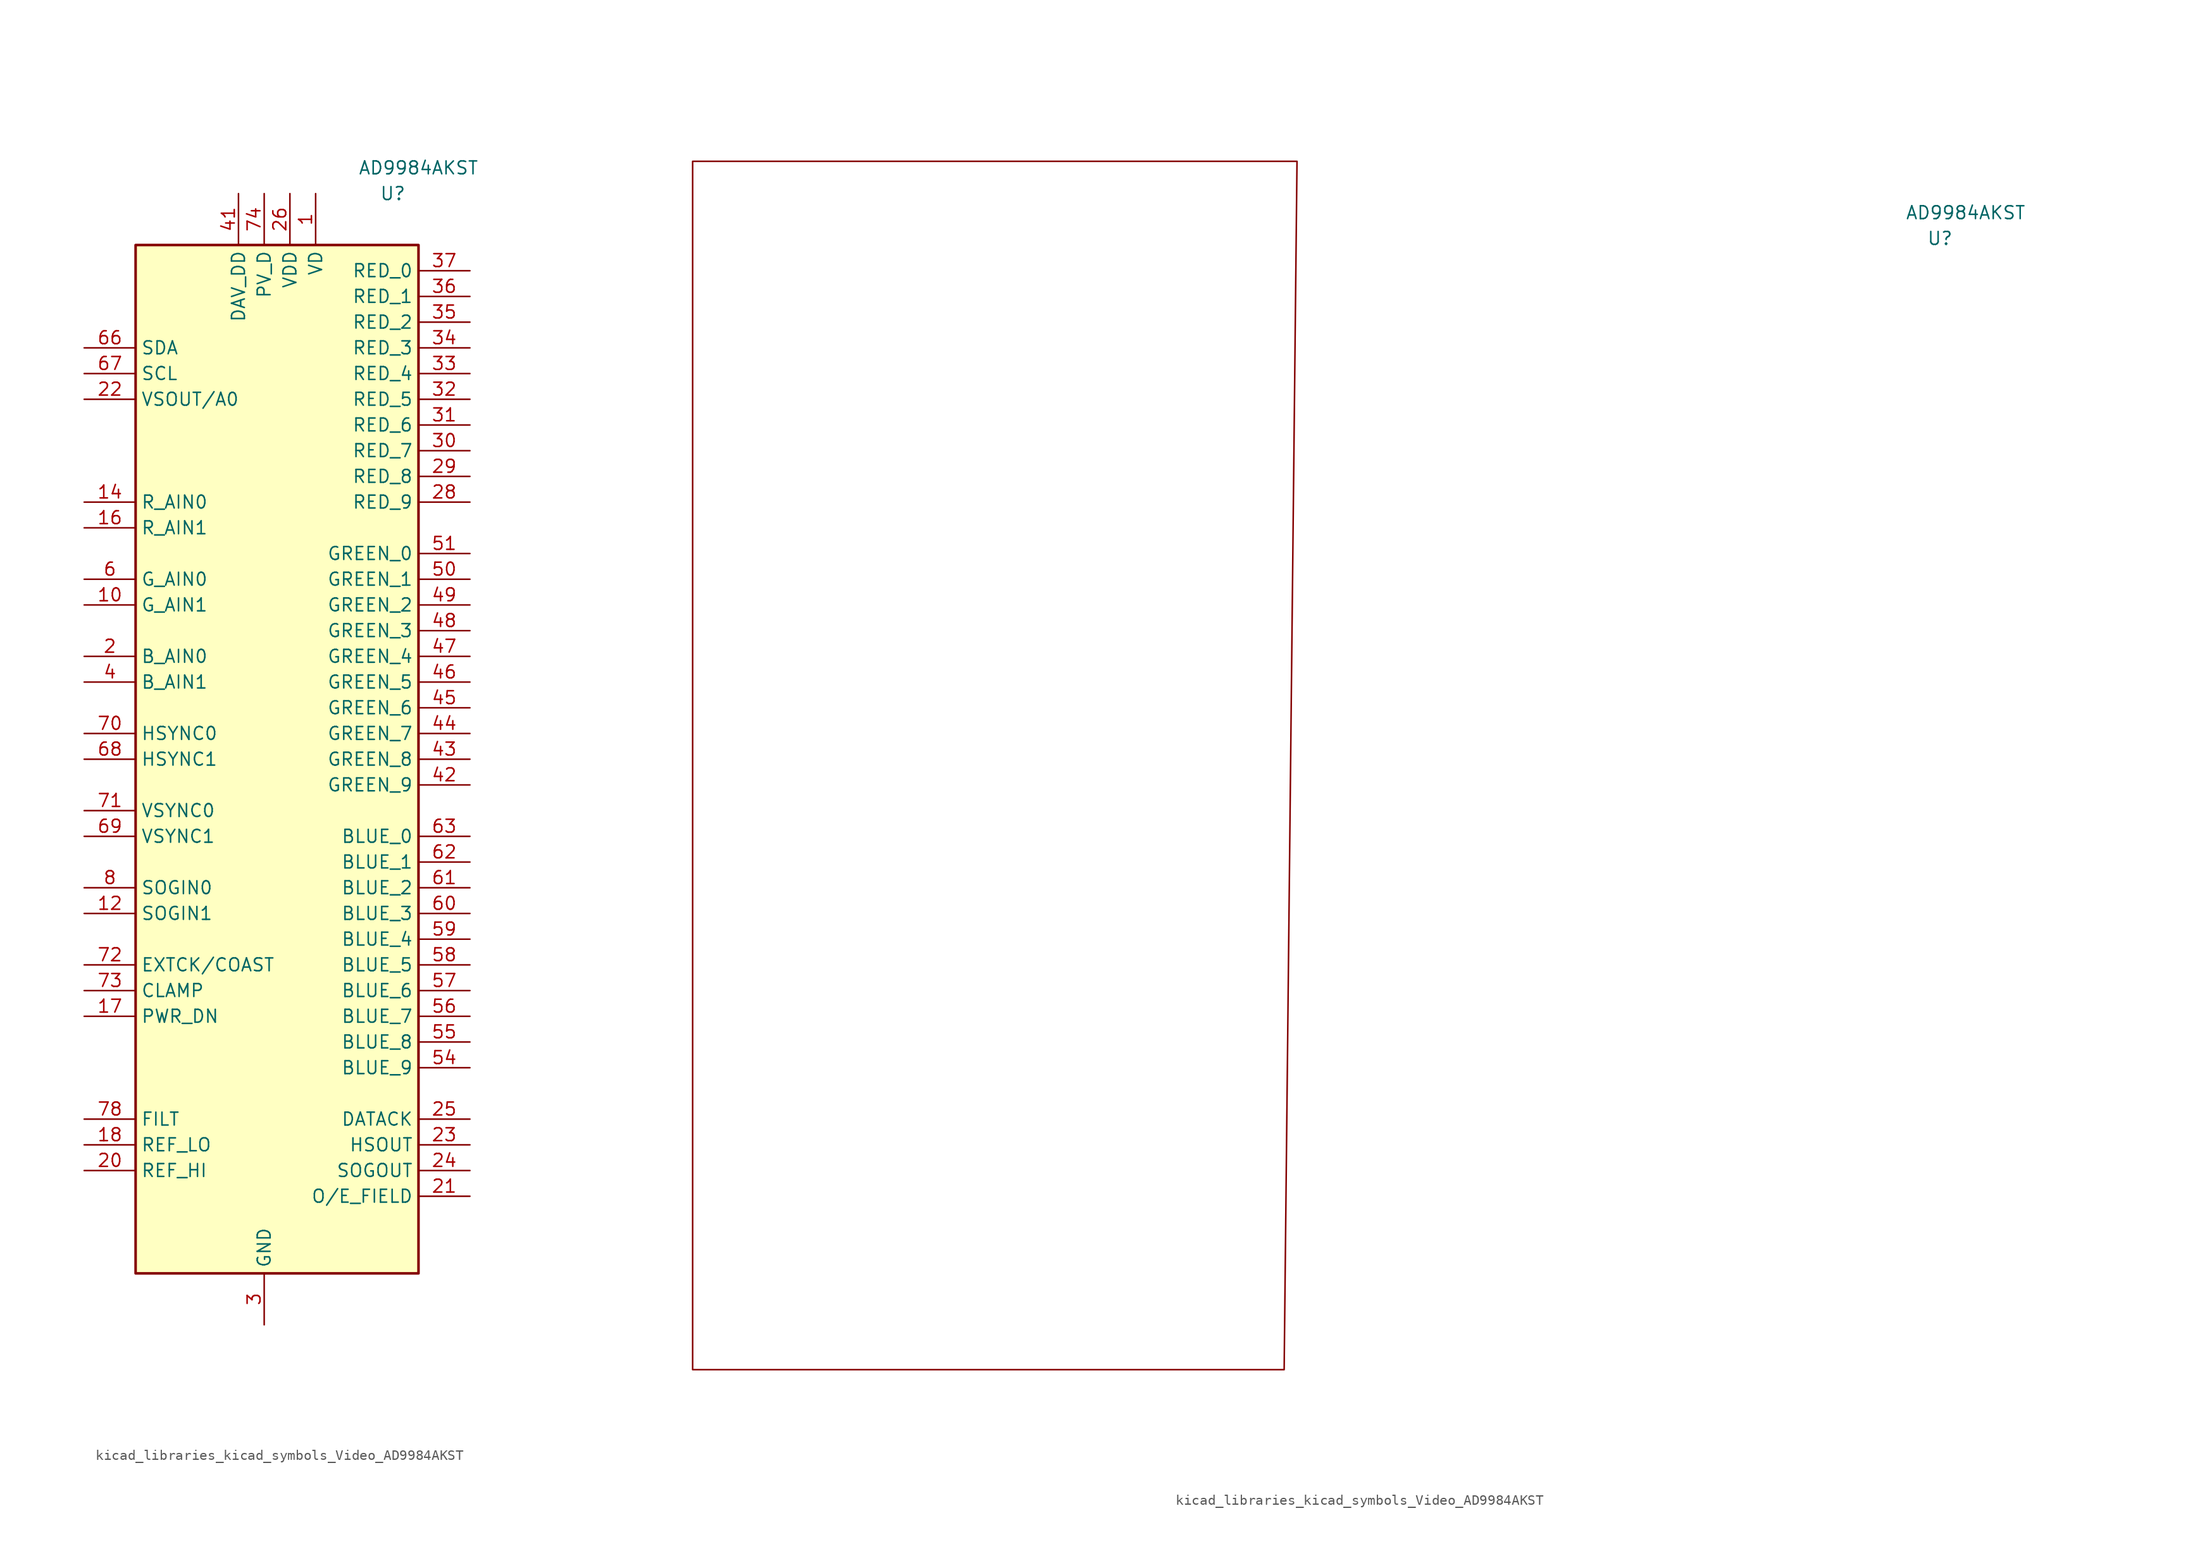
<source format=kicad_sym>
(kicad_symbol_lib
  (version 20220914)
  (generator kicad_symbol_editor)
  (symbol "kicad_libraries_kicad_symbols_Video_AD9984AKST"
    (property "Reference" "U"
      (at 10.16 55.88 0)
      (effects (font (size 1.27 1.27))))
    (property "Value" "AD9984AKST"
      (at 12.7 58.42 0)
      (effects (font (size 1.27 1.27))))
    (symbol "kicad_libraries_kicad_symbols_Video_AD9984AKST_0_1"
      (rectangle (start 12.7 50.8) (end -15.24 -50.8) (stroke (width 0.254) (type default)) (fill (type background))))
    (symbol "kicad_libraries_kicad_symbols_Video_AD9984AKST_0_2"
      (polyline (pts (xy -113.03 -55.88) (xy -54.61 -55.88) (xy -53.34 63.5) (xy -113.03 63.5) (xy -113.03 -55.88)) (stroke (width 0) (type default)) (fill (type none))))
    (symbol "kicad_libraries_kicad_symbols_Video_AD9984AKST_1_1"
      (pin power_in line (at 2.54 55.88 270) (length 5.08) (name "VD" (effects (font (size 1.27 1.27)))) (number "1" (effects (font (size 1.27 1.27)))))
      (pin input line (at -20.32 15.24 0) (length 5.08) (name "G_AIN1" (effects (font (size 1.27 1.27)))) (number "10" (effects (font (size 1.27 1.27)))))
      (pin passive line (at -2.54 -55.88 90) (length 5.08) hide (name "GND" (effects (font (size 1.27 1.27)))) (number "11" (effects (font (size 1.27 1.27)))))
      (pin input line (at -20.32 -15.24 0) (length 5.08) (name "SOGIN1" (effects (font (size 1.27 1.27)))) (number "12" (effects (font (size 1.27 1.27)))))
      (pin passive line (at 2.54 55.88 270) (length 5.08) hide (name "VD" (effects (font (size 1.27 1.27)))) (number "13" (effects (font (size 1.27 1.27)))))
      (pin input line (at -20.32 25.4 0) (length 5.08) (name "R_AIN0" (effects (font (size 1.27 1.27)))) (number "14" (effects (font (size 1.27 1.27)))))
      (pin passive line (at -2.54 -55.88 90) (length 5.08) hide (name "GND" (effects (font (size 1.27 1.27)))) (number "15" (effects (font (size 1.27 1.27)))))
      (pin input line (at -20.32 22.86 0) (length 5.08) (name "R_AIN1" (effects (font (size 1.27 1.27)))) (number "16" (effects (font (size 1.27 1.27)))))
      (pin input line (at -20.32 -25.4 0) (length 5.08) (name "PWR_DN" (effects (font (size 1.27 1.27)))) (number "17" (effects (font (size 1.27 1.27)))))
      (pin input line (at -20.32 -38.1 0) (length 5.08) (name "REF_LO" (effects (font (size 1.27 1.27)))) (number "18" (effects (font (size 1.27 1.27)))))
      (pin no_connect line (at 12.7 -48.26 180) (length 5.08) hide (name "NC" (effects (font (size 1.27 1.27)))) (number "19" (effects (font (size 1.27 1.27)))))
      (pin input line (at -20.32 10.16 0) (length 5.08) (name "B_AIN0" (effects (font (size 1.27 1.27)))) (number "2" (effects (font (size 1.27 1.27)))))
      (pin input line (at -20.32 -40.64 0) (length 5.08) (name "REF_HI" (effects (font (size 1.27 1.27)))) (number "20" (effects (font (size 1.27 1.27)))))
      (pin output line (at 17.78 -43.18 180) (length 5.08) (name "O/E_FIELD" (effects (font (size 1.27 1.27)))) (number "21" (effects (font (size 1.27 1.27)))))
      (pin bidirectional line (at -20.32 35.56 0) (length 5.08) (name "VSOUT/A0" (effects (font (size 1.27 1.27)))) (number "22" (effects (font (size 1.27 1.27)))))
      (pin output line (at 17.78 -38.1 180) (length 5.08) (name "HSOUT" (effects (font (size 1.27 1.27)))) (number "23" (effects (font (size 1.27 1.27)))))
      (pin output line (at 17.78 -40.64 180) (length 5.08) (name "SOGOUT" (effects (font (size 1.27 1.27)))) (number "24" (effects (font (size 1.27 1.27)))))
      (pin output line (at 17.78 -35.56 180) (length 5.08) (name "DATACK" (effects (font (size 1.27 1.27)))) (number "25" (effects (font (size 1.27 1.27)))))
      (pin power_in line (at 0 55.88 270) (length 5.08) (name "VDD" (effects (font (size 1.27 1.27)))) (number "26" (effects (font (size 1.27 1.27)))))
      (pin passive line (at -2.54 -55.88 90) (length 5.08) hide (name "GND" (effects (font (size 1.27 1.27)))) (number "27" (effects (font (size 1.27 1.27)))))
      (pin output line (at 17.78 25.4 180) (length 5.08) (name "RED_9" (effects (font (size 1.27 1.27)))) (number "28" (effects (font (size 1.27 1.27)))))
      (pin output line (at 17.78 27.94 180) (length 5.08) (name "RED_8" (effects (font (size 1.27 1.27)))) (number "29" (effects (font (size 1.27 1.27)))))
      (pin power_in line (at -2.54 -55.88 90) (length 5.08) (name "GND" (effects (font (size 1.27 1.27)))) (number "3" (effects (font (size 1.27 1.27)))))
      (pin output line (at 17.78 30.48 180) (length 5.08) (name "RED_7" (effects (font (size 1.27 1.27)))) (number "30" (effects (font (size 1.27 1.27)))))
      (pin output line (at 17.78 33.02 180) (length 5.08) (name "RED_6" (effects (font (size 1.27 1.27)))) (number "31" (effects (font (size 1.27 1.27)))))
      (pin output line (at 17.78 35.56 180) (length 5.08) (name "RED_5" (effects (font (size 1.27 1.27)))) (number "32" (effects (font (size 1.27 1.27)))))
      (pin output line (at 17.78 38.1 180) (length 5.08) (name "RED_4" (effects (font (size 1.27 1.27)))) (number "33" (effects (font (size 1.27 1.27)))))
      (pin output line (at 17.78 40.64 180) (length 5.08) (name "RED_3" (effects (font (size 1.27 1.27)))) (number "34" (effects (font (size 1.27 1.27)))))
      (pin output line (at 17.78 43.18 180) (length 5.08) (name "RED_2" (effects (font (size 1.27 1.27)))) (number "35" (effects (font (size 1.27 1.27)))))
      (pin output line (at 17.78 45.72 180) (length 5.08) (name "RED_1" (effects (font (size 1.27 1.27)))) (number "36" (effects (font (size 1.27 1.27)))))
      (pin output line (at 17.78 48.26 180) (length 5.08) (name "RED_0" (effects (font (size 1.27 1.27)))) (number "37" (effects (font (size 1.27 1.27)))))
      (pin passive line (at 0 55.88 270) (length 5.08) hide (name "VDD" (effects (font (size 1.27 1.27)))) (number "38" (effects (font (size 1.27 1.27)))))
      (pin passive line (at -2.54 -55.88 90) (length 5.08) hide (name "GND" (effects (font (size 1.27 1.27)))) (number "39" (effects (font (size 1.27 1.27)))))
      (pin input line (at -20.32 7.62 0) (length 5.08) (name "B_AIN1" (effects (font (size 1.27 1.27)))) (number "4" (effects (font (size 1.27 1.27)))))
      (pin passive line (at -2.54 -55.88 90) (length 5.08) hide (name "GND" (effects (font (size 1.27 1.27)))) (number "40" (effects (font (size 1.27 1.27)))))
      (pin power_in line (at -5.08 55.88 270) (length 5.08) (name "DAV_DD" (effects (font (size 1.27 1.27)))) (number "41" (effects (font (size 1.27 1.27)))))
      (pin output line (at 17.78 -2.54 180) (length 5.08) (name "GREEN_9" (effects (font (size 1.27 1.27)))) (number "42" (effects (font (size 1.27 1.27)))))
      (pin output line (at 17.78 0 180) (length 5.08) (name "GREEN_8" (effects (font (size 1.27 1.27)))) (number "43" (effects (font (size 1.27 1.27)))))
      (pin output line (at 17.78 2.54 180) (length 5.08) (name "GREEN_7" (effects (font (size 1.27 1.27)))) (number "44" (effects (font (size 1.27 1.27)))))
      (pin output line (at 17.78 5.08 180) (length 5.08) (name "GREEN_6" (effects (font (size 1.27 1.27)))) (number "45" (effects (font (size 1.27 1.27)))))
      (pin output line (at 17.78 7.62 180) (length 5.08) (name "GREEN_5" (effects (font (size 1.27 1.27)))) (number "46" (effects (font (size 1.27 1.27)))))
      (pin output line (at 17.78 10.16 180) (length 5.08) (name "GREEN_4" (effects (font (size 1.27 1.27)))) (number "47" (effects (font (size 1.27 1.27)))))
      (pin output line (at 17.78 12.7 180) (length 5.08) (name "GREEN_3" (effects (font (size 1.27 1.27)))) (number "48" (effects (font (size 1.27 1.27)))))
      (pin output line (at 17.78 15.24 180) (length 5.08) (name "GREEN_2" (effects (font (size 1.27 1.27)))) (number "49" (effects (font (size 1.27 1.27)))))
      (pin passive line (at 2.54 55.88 270) (length 5.08) hide (name "VD" (effects (font (size 1.27 1.27)))) (number "5" (effects (font (size 1.27 1.27)))))
      (pin output line (at 17.78 17.78 180) (length 5.08) (name "GREEN_1" (effects (font (size 1.27 1.27)))) (number "50" (effects (font (size 1.27 1.27)))))
      (pin output line (at 17.78 20.32 180) (length 5.08) (name "GREEN_0" (effects (font (size 1.27 1.27)))) (number "51" (effects (font (size 1.27 1.27)))))
      (pin passive line (at 0 55.88 270) (length 5.08) hide (name "VDD" (effects (font (size 1.27 1.27)))) (number "52" (effects (font (size 1.27 1.27)))))
      (pin passive line (at -2.54 -55.88 90) (length 5.08) hide (name "GND" (effects (font (size 1.27 1.27)))) (number "53" (effects (font (size 1.27 1.27)))))
      (pin output line (at 17.78 -30.48 180) (length 5.08) (name "BLUE_9" (effects (font (size 1.27 1.27)))) (number "54" (effects (font (size 1.27 1.27)))))
      (pin output line (at 17.78 -27.94 180) (length 5.08) (name "BLUE_8" (effects (font (size 1.27 1.27)))) (number "55" (effects (font (size 1.27 1.27)))))
      (pin output line (at 17.78 -25.4 180) (length 5.08) (name "BLUE_7" (effects (font (size 1.27 1.27)))) (number "56" (effects (font (size 1.27 1.27)))))
      (pin output line (at 17.78 -22.86 180) (length 5.08) (name "BLUE_6" (effects (font (size 1.27 1.27)))) (number "57" (effects (font (size 1.27 1.27)))))
      (pin output line (at 17.78 -20.32 180) (length 5.08) (name "BLUE_5" (effects (font (size 1.27 1.27)))) (number "58" (effects (font (size 1.27 1.27)))))
      (pin output line (at 17.78 -17.78 180) (length 5.08) (name "BLUE_4" (effects (font (size 1.27 1.27)))) (number "59" (effects (font (size 1.27 1.27)))))
      (pin input line (at -20.32 17.78 0) (length 5.08) (name "G_AIN0" (effects (font (size 1.27 1.27)))) (number "6" (effects (font (size 1.27 1.27)))))
      (pin output line (at 17.78 -15.24 180) (length 5.08) (name "BLUE_3" (effects (font (size 1.27 1.27)))) (number "60" (effects (font (size 1.27 1.27)))))
      (pin output line (at 17.78 -12.7 180) (length 5.08) (name "BLUE_2" (effects (font (size 1.27 1.27)))) (number "61" (effects (font (size 1.27 1.27)))))
      (pin output line (at 17.78 -10.16 180) (length 5.08) (name "BLUE_1" (effects (font (size 1.27 1.27)))) (number "62" (effects (font (size 1.27 1.27)))))
      (pin output line (at 17.78 -7.62 180) (length 5.08) (name "BLUE_0" (effects (font (size 1.27 1.27)))) (number "63" (effects (font (size 1.27 1.27)))))
      (pin passive line (at 0 55.88 270) (length 5.08) hide (name "VDD" (effects (font (size 1.27 1.27)))) (number "64" (effects (font (size 1.27 1.27)))))
      (pin passive line (at -2.54 -55.88 90) (length 5.08) hide (name "GND" (effects (font (size 1.27 1.27)))) (number "65" (effects (font (size 1.27 1.27)))))
      (pin bidirectional line (at -20.32 40.64 0) (length 5.08) (name "SDA" (effects (font (size 1.27 1.27)))) (number "66" (effects (font (size 1.27 1.27)))))
      (pin input line (at -20.32 38.1 0) (length 5.08) (name "SCL" (effects (font (size 1.27 1.27)))) (number "67" (effects (font (size 1.27 1.27)))))
      (pin input line (at -20.32 0 0) (length 5.08) (name "HSYNC1" (effects (font (size 1.27 1.27)))) (number "68" (effects (font (size 1.27 1.27)))))
      (pin input line (at -20.32 -7.62 0) (length 5.08) (name "VSYNC1" (effects (font (size 1.27 1.27)))) (number "69" (effects (font (size 1.27 1.27)))))
      (pin passive line (at -2.54 -55.88 90) (length 5.08) hide (name "GND" (effects (font (size 1.27 1.27)))) (number "7" (effects (font (size 1.27 1.27)))))
      (pin input line (at -20.32 2.54 0) (length 5.08) (name "HSYNC0" (effects (font (size 1.27 1.27)))) (number "70" (effects (font (size 1.27 1.27)))))
      (pin input line (at -20.32 -5.08 0) (length 5.08) (name "VSYNC0" (effects (font (size 1.27 1.27)))) (number "71" (effects (font (size 1.27 1.27)))))
      (pin input line (at -20.32 -20.32 0) (length 5.08) (name "EXTCK/COAST" (effects (font (size 1.27 1.27)))) (number "72" (effects (font (size 1.27 1.27)))))
      (pin input line (at -20.32 -22.86 0) (length 5.08) (name "CLAMP" (effects (font (size 1.27 1.27)))) (number "73" (effects (font (size 1.27 1.27)))))
      (pin power_in line (at -2.54 55.88 270) (length 5.08) (name "PV_D" (effects (font (size 1.27 1.27)))) (number "74" (effects (font (size 1.27 1.27)))))
      (pin passive line (at -2.54 -55.88 90) (length 5.08) hide (name "GND" (effects (font (size 1.27 1.27)))) (number "75" (effects (font (size 1.27 1.27)))))
      (pin passive line (at -2.54 55.88 270) (length 5.08) hide (name "PV_D" (effects (font (size 1.27 1.27)))) (number "76" (effects (font (size 1.27 1.27)))))
      (pin passive line (at -2.54 -55.88 90) (length 5.08) hide (name "GND" (effects (font (size 1.27 1.27)))) (number "77" (effects (font (size 1.27 1.27)))))
      (pin input line (at -20.32 -35.56 0) (length 5.08) (name "FILT" (effects (font (size 1.27 1.27)))) (number "78" (effects (font (size 1.27 1.27)))))
      (pin passive line (at -2.54 55.88 270) (length 5.08) hide (name "PV_D" (effects (font (size 1.27 1.27)))) (number "79" (effects (font (size 1.27 1.27)))))
      (pin input line (at -20.32 -12.7 0) (length 5.08) (name "SOGIN0" (effects (font (size 1.27 1.27)))) (number "8" (effects (font (size 1.27 1.27)))))
      (pin passive line (at -2.54 -55.88 90) (length 5.08) hide (name "GND" (effects (font (size 1.27 1.27)))) (number "80" (effects (font (size 1.27 1.27)))))
      (pin passive line (at 2.54 55.88 270) (length 5.08) hide (name "VD" (effects (font (size 1.27 1.27)))) (number "9" (effects (font (size 1.27 1.27))))))))
</source>
